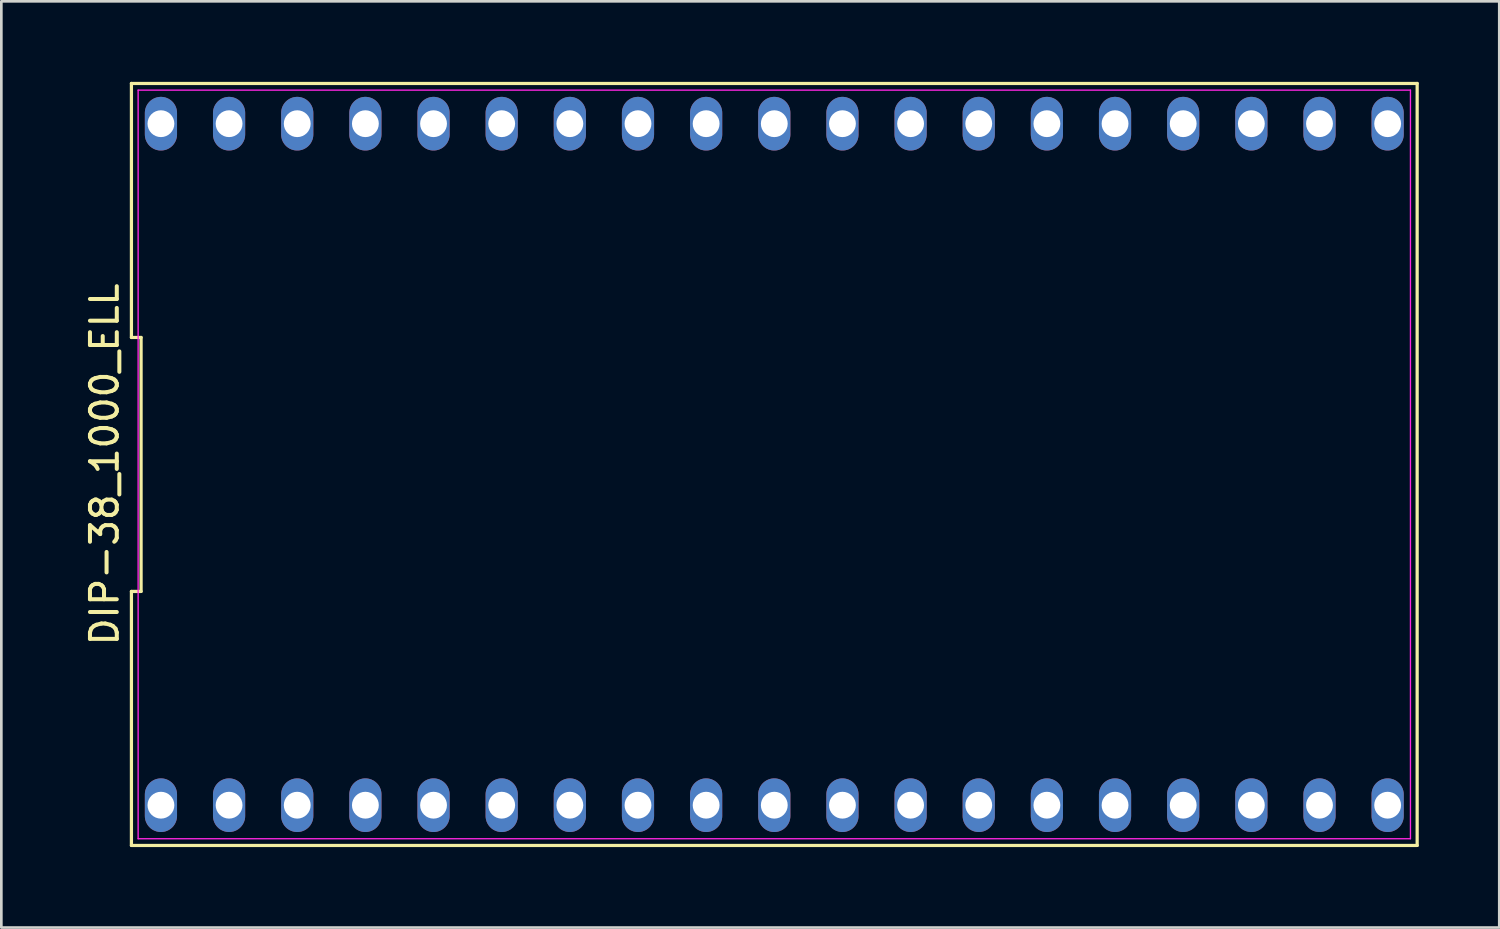
<source format=kicad_pcb>
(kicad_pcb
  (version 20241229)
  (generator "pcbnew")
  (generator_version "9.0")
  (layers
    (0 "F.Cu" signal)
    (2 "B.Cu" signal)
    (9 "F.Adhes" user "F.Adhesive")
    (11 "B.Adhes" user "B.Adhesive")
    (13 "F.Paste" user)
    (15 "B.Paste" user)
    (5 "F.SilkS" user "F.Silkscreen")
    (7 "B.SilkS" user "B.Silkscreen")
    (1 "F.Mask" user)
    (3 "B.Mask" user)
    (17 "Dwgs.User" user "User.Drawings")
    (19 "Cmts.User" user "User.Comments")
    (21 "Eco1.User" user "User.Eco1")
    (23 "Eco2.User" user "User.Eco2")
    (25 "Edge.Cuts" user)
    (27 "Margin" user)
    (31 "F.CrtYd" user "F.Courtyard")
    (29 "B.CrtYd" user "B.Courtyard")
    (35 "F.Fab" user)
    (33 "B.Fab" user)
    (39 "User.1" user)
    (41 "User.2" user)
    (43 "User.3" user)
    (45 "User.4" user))
  (footprint "DIP-38_1000_ELL"
    (layer "F.Cu")
    (at 25.808 14.26)
    (property "Reference" "DIP-38_1000_ELL" (at -24.96 0 90) (layer "F.SilkS") (effects (font (size 1 1) (thickness 0.15))))
    (attr through_hole)
    (fp_line (start -23.96 -14.2) (end -23.96 -4.733) (stroke (width 0.12) (type default)) (layer "F.SilkS"))
    (fp_line (start -23.96 -4.733) (end -23.6 -4.733) (stroke (width 0.12) (type default)) (layer "F.SilkS"))
    (fp_line (start -23.96 4.733) (end -23.96 14.2) (stroke (width 0.12) (type default)) (layer "F.SilkS"))
    (fp_line (start -23.96 14.2) (end 23.96 14.2) (stroke (width 0.12) (type default)) (layer "F.SilkS"))
    (fp_line (start -23.6 -4.733) (end -23.6 4.733) (stroke (width 0.12) (type default)) (layer "F.SilkS"))
    (fp_line (start -23.6 4.733) (end -23.96 4.733) (stroke (width 0.12) (type default)) (layer "F.SilkS"))
    (fp_line (start 23.96 -14.2) (end -23.96 -14.2) (stroke (width 0.12) (type default)) (layer "F.SilkS"))
    (fp_line (start 23.96 14.2) (end 23.96 -14.2) (stroke (width 0.12) (type default)) (layer "F.SilkS"))
    (fp_line (start -23.71 -13.95) (end 23.71 -13.95) (stroke (width 0.05) (type default)) (layer "F.CrtYd"))
    (fp_line (start -23.71 13.95) (end -23.71 -13.95) (stroke (width 0.05) (type default)) (layer "F.CrtYd"))
    (fp_line (start 23.71 -13.95) (end 23.71 13.95) (stroke (width 0.05) (type default)) (layer "F.CrtYd"))
    (fp_line (start 23.71 13.95) (end -23.71 13.95) (stroke (width 0.05) (type default)) (layer "F.CrtYd"))
    (pad "1" thru_hole oval (at -22.86 12.7) (size 1.2 2) (drill 1) (layers "*.Cu" "*.Mask"))
    (pad "2" thru_hole oval (at -20.32 12.7) (size 1.2 2) (drill 1) (layers "*.Cu" "*.Mask"))
    (pad "3" thru_hole oval (at -17.78 12.7) (size 1.2 2) (drill 1) (layers "*.Cu" "*.Mask"))
    (pad "4" thru_hole oval (at -15.24 12.7) (size 1.2 2) (drill 1) (layers "*.Cu" "*.Mask"))
    (pad "5" thru_hole oval (at -12.7 12.7) (size 1.2 2) (drill 1) (layers "*.Cu" "*.Mask"))
    (pad "6" thru_hole oval (at -10.16 12.7) (size 1.2 2) (drill 1) (layers "*.Cu" "*.Mask"))
    (pad "7" thru_hole oval (at -7.62 12.7) (size 1.2 2) (drill 1) (layers "*.Cu" "*.Mask"))
    (pad "8" thru_hole oval (at -5.08 12.7) (size 1.2 2) (drill 1) (layers "*.Cu" "*.Mask"))
    (pad "9" thru_hole oval (at -2.54 12.7) (size 1.2 2) (drill 1) (layers "*.Cu" "*.Mask"))
    (pad "10" thru_hole oval (at 0 12.7) (size 1.2 2) (drill 1) (layers "*.Cu" "*.Mask"))
    (pad "11" thru_hole oval (at 2.54 12.7) (size 1.2 2) (drill 1) (layers "*.Cu" "*.Mask"))
    (pad "12" thru_hole oval (at 5.08 12.7) (size 1.2 2) (drill 1) (layers "*.Cu" "*.Mask"))
    (pad "13" thru_hole oval (at 7.62 12.7) (size 1.2 2) (drill 1) (layers "*.Cu" "*.Mask"))
    (pad "14" thru_hole oval (at 10.16 12.7) (size 1.2 2) (drill 1) (layers "*.Cu" "*.Mask"))
    (pad "15" thru_hole oval (at 12.7 12.7) (size 1.2 2) (drill 1) (layers "*.Cu" "*.Mask"))
    (pad "16" thru_hole oval (at 15.24 12.7) (size 1.2 2) (drill 1) (layers "*.Cu" "*.Mask"))
    (pad "17" thru_hole oval (at 17.78 12.7) (size 1.2 2) (drill 1) (layers "*.Cu" "*.Mask"))
    (pad "18" thru_hole oval (at 20.32 12.7) (size 1.2 2) (drill 1) (layers "*.Cu" "*.Mask"))
    (pad "19" thru_hole oval (at 22.86 12.7) (size 1.2 2) (drill 1) (layers "*.Cu" "*.Mask"))
    (pad "20" thru_hole oval (at 22.86 -12.7) (size 1.2 2) (drill 1) (layers "*.Cu" "*.Mask"))
    (pad "21" thru_hole oval (at 20.32 -12.7) (size 1.2 2) (drill 1) (layers "*.Cu" "*.Mask"))
    (pad "22" thru_hole oval (at 17.78 -12.7) (size 1.2 2) (drill 1) (layers "*.Cu" "*.Mask"))
    (pad "23" thru_hole oval (at 15.24 -12.7) (size 1.2 2) (drill 1) (layers "*.Cu" "*.Mask"))
    (pad "24" thru_hole oval (at 12.7 -12.7) (size 1.2 2) (drill 1) (layers "*.Cu" "*.Mask"))
    (pad "25" thru_hole oval (at 10.16 -12.7) (size 1.2 2) (drill 1) (layers "*.Cu" "*.Mask"))
    (pad "26" thru_hole oval (at 7.62 -12.7) (size 1.2 2) (drill 1) (layers "*.Cu" "*.Mask"))
    (pad "27" thru_hole oval (at 5.08 -12.7) (size 1.2 2) (drill 1) (layers "*.Cu" "*.Mask"))
    (pad "28" thru_hole oval (at 2.54 -12.7) (size 1.2 2) (drill 1) (layers "*.Cu" "*.Mask"))
    (pad "29" thru_hole oval (at 0 -12.7) (size 1.2 2) (drill 1) (layers "*.Cu" "*.Mask"))
    (pad "30" thru_hole oval (at -2.54 -12.7) (size 1.2 2) (drill 1) (layers "*.Cu" "*.Mask"))
    (pad "31" thru_hole oval (at -5.08 -12.7) (size 1.2 2) (drill 1) (layers "*.Cu" "*.Mask"))
    (pad "32" thru_hole oval (at -7.62 -12.7) (size 1.2 2) (drill 1) (layers "*.Cu" "*.Mask"))
    (pad "33" thru_hole oval (at -10.16 -12.7) (size 1.2 2) (drill 1) (layers "*.Cu" "*.Mask"))
    (pad "34" thru_hole oval (at -12.7 -12.7) (size 1.2 2) (drill 1) (layers "*.Cu" "*.Mask"))
    (pad "35" thru_hole oval (at -15.24 -12.7) (size 1.2 2) (drill 1) (layers "*.Cu" "*.Mask"))
    (pad "36" thru_hole oval (at -17.78 -12.7) (size 1.2 2) (drill 1) (layers "*.Cu" "*.Mask"))
    (pad "37" thru_hole oval (at -20.32 -12.7) (size 1.2 2) (drill 1) (layers "*.Cu" "*.Mask"))
    (pad "38" thru_hole oval (at -22.86 -12.7) (size 1.2 2) (drill 1) (layers "*.Cu" "*.Mask")))
  (gr_rect
    (start -3 -3)
    (end 52.828 31.52)
    (stroke (width 0.1) (type default))
    (fill no)
    (layer "Edge.Cuts")))
</source>
